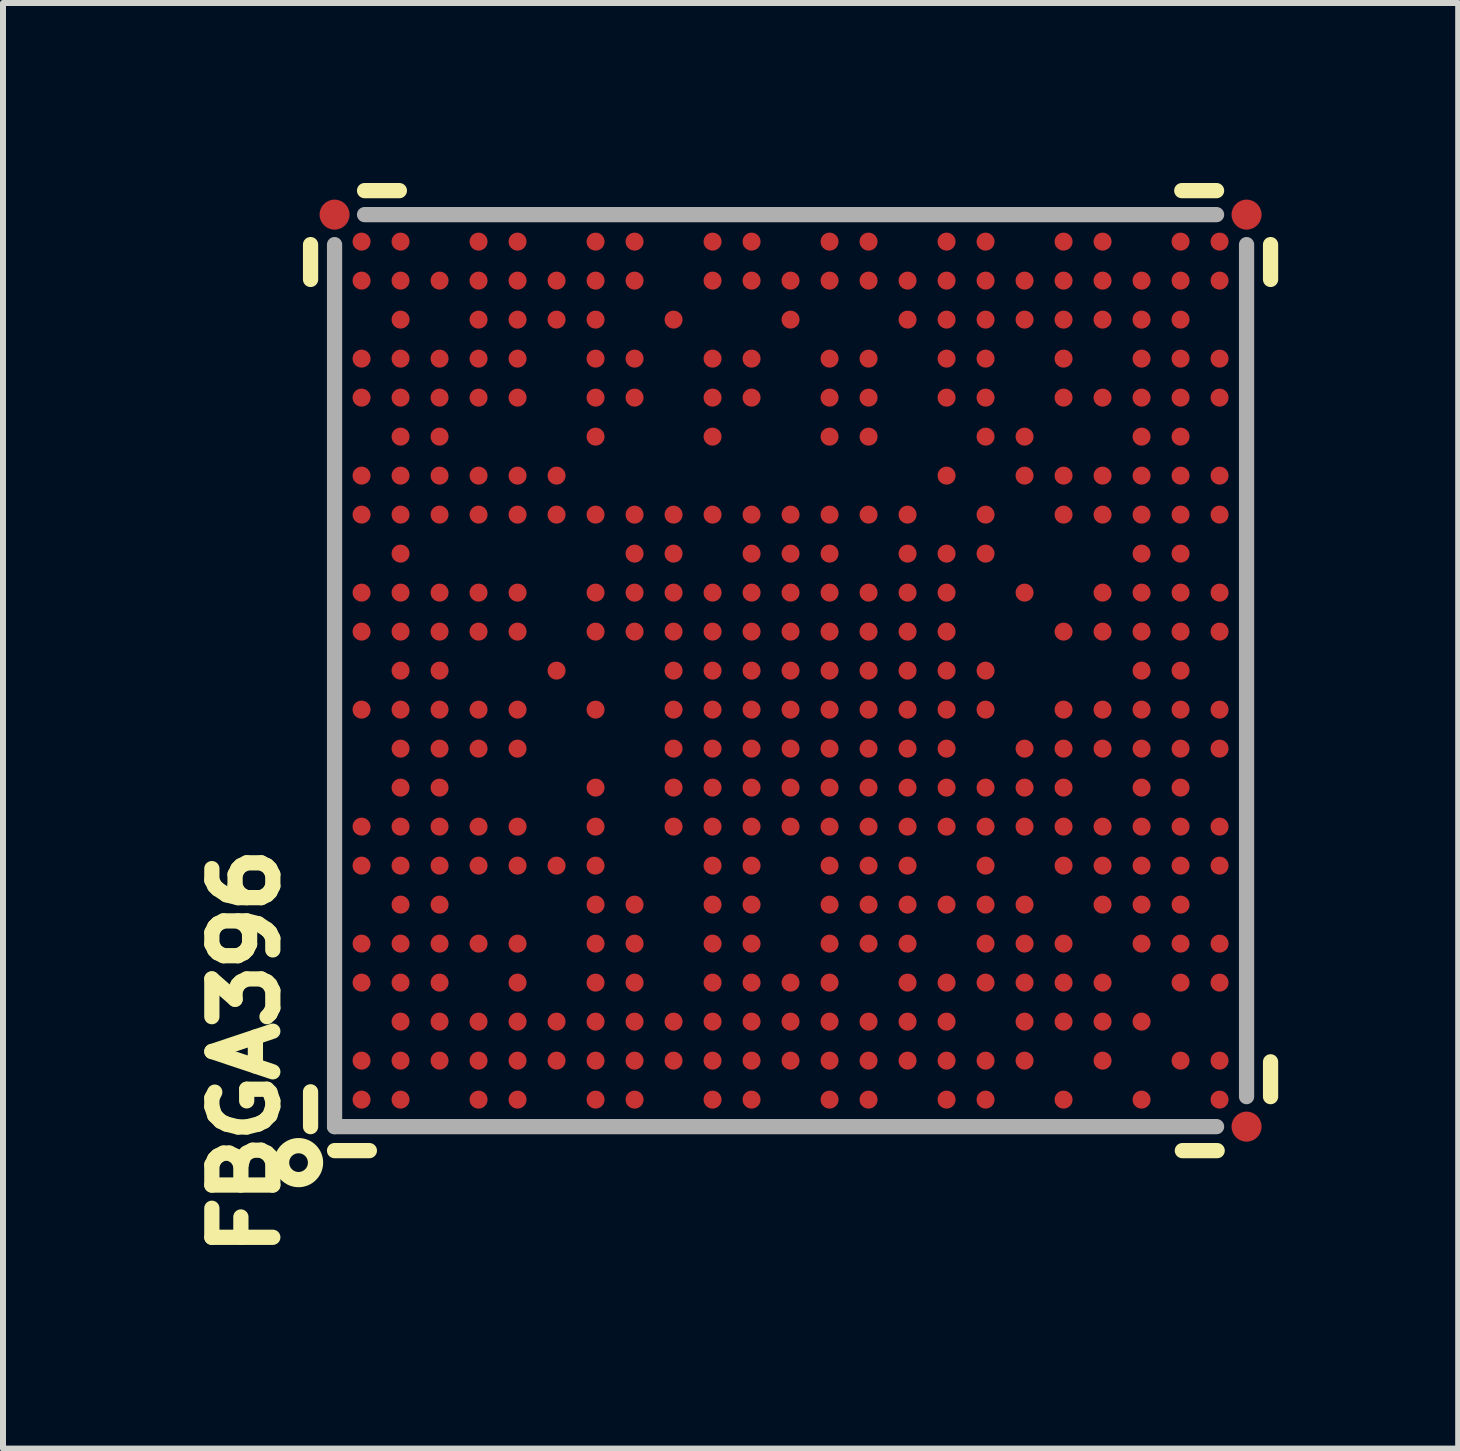
<source format=kicad_pcb>
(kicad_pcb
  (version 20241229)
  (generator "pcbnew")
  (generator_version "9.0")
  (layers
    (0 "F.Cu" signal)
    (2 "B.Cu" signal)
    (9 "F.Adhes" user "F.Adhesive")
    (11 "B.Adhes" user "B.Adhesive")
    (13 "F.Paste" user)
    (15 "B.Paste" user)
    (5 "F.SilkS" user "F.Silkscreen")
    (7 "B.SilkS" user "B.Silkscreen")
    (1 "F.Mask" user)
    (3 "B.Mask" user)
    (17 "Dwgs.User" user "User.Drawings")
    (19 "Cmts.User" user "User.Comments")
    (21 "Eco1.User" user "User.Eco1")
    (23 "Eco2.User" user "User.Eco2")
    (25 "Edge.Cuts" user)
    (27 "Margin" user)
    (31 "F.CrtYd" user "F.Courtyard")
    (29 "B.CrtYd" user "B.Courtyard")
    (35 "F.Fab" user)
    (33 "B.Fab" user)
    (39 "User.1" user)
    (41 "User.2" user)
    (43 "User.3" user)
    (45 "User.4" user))
  (footprint "FBGA396"
    (layer "F.Cu")
    (at 10.126 8.127)
    (property "Reference" "FBGA396" (at -9.086 6.348 90) (layer "F.SilkS") (effects (font (size 1.016 1.016) (thickness 0.254))))
    (attr smd)
    (fp_line (start -8 -7.1) (end -8 -6.52) (stroke (width 0.254) (type solid)) (layer "F.SilkS"))
    (fp_line (start -8 7.02) (end -8 7.6) (stroke (width 0.254) (type solid)) (layer "F.SilkS"))
    (fp_line (start -7.02 8) (end -7.6 8) (stroke (width 0.254) (type solid)) (layer "F.SilkS"))
    (fp_line (start -6.52 -8) (end -7.1 -8) (stroke (width 0.254) (type solid)) (layer "F.SilkS"))
    (fp_line (start 7.1 -8) (end 6.52 -8) (stroke (width 0.254) (type solid)) (layer "F.SilkS"))
    (fp_line (start 7.11 8) (end 6.53 8) (stroke (width 0.254) (type solid)) (layer "F.SilkS"))
    (fp_line (start 8 -7.1) (end 8 -6.52) (stroke (width 0.254) (type solid)) (layer "F.SilkS"))
    (fp_line (start 8 6.52) (end 8 7.1) (stroke (width 0.254) (type solid)) (layer "F.SilkS"))
    (fp_circle (center -8.2 8.2) (end -8 8.4) (stroke (width 0.254) (type solid)) (fill no) (layer "F.SilkS"))
    (fp_line (start -7.6 7.6) (end -7.6 -7.1) (stroke (width 0.254) (type solid)) (layer "F.Fab"))
    (fp_line (start -7.6 7.6) (end 7.1 7.6) (stroke (width 0.254) (type solid)) (layer "F.Fab"))
    (fp_line (start 7.1 -7.6) (end -7.1 -7.6) (stroke (width 0.254) (type solid)) (layer "F.Fab"))
    (fp_line (start 7.6 7.1) (end 7.6 -7.1) (stroke (width 0.254) (type solid)) (layer "F.Fab"))
    (pad "A1" smd circle (at -7.15 7.15) (size 0.3 0.3) (layers "F.Cu" "F.Mask" "F.Paste"))
    (pad "A2" smd circle (at -7.15 6.5) (size 0.3 0.3) (layers "F.Cu" "F.Mask" "F.Paste"))
    (pad "A4" smd circle (at -7.15 5.2) (size 0.3 0.3) (layers "F.Cu" "F.Mask" "F.Paste"))
    (pad "A5" smd circle (at -7.15 4.55) (size 0.3 0.3) (layers "F.Cu" "F.Mask" "F.Paste"))
    (pad "A7" smd circle (at -7.15 3.25) (size 0.3 0.3) (layers "F.Cu" "F.Mask" "F.Paste"))
    (pad "A8" smd circle (at -7.15 2.6) (size 0.3 0.3) (layers "F.Cu" "F.Mask" "F.Paste"))
    (pad "A11" smd circle (at -7.15 0.65) (size 0.3 0.3) (layers "F.Cu" "F.Mask" "F.Paste"))
    (pad "A13" smd circle (at -7.15 -0.65) (size 0.3 0.3) (layers "F.Cu" "F.Mask" "F.Paste"))
    (pad "A14" smd circle (at -7.15 -1.3) (size 0.3 0.3) (layers "F.Cu" "F.Mask" "F.Paste"))
    (pad "A16" smd circle (at -7.15 -2.6) (size 0.3 0.3) (layers "F.Cu" "F.Mask" "F.Paste"))
    (pad "A17" smd circle (at -7.15 -3.25) (size 0.3 0.3) (layers "F.Cu" "F.Mask" "F.Paste"))
    (pad "A19" smd circle (at -7.15 -4.55) (size 0.3 0.3) (layers "F.Cu" "F.Mask" "F.Paste"))
    (pad "A20" smd circle (at -7.15 -5.2) (size 0.3 0.3) (layers "F.Cu" "F.Mask" "F.Paste"))
    (pad "A22" smd circle (at -7.15 -6.5) (size 0.3 0.3) (layers "F.Cu" "F.Mask" "F.Paste"))
    (pad "A23" smd circle (at -7.15 -7.15) (size 0.3 0.3) (layers "F.Cu" "F.Mask" "F.Paste"))
    (pad "AA1" smd circle (at 5.85 7.15) (size 0.3 0.3) (layers "F.Cu" "F.Mask" "F.Paste"))
    (pad "AA3" smd circle (at 5.85 5.85) (size 0.3 0.3) (layers "F.Cu" "F.Mask" "F.Paste"))
    (pad "AA5" smd circle (at 5.85 4.55) (size 0.3 0.3) (layers "F.Cu" "F.Mask" "F.Paste"))
    (pad "AA6" smd circle (at 5.85 3.9) (size 0.3 0.3) (layers "F.Cu" "F.Mask" "F.Paste"))
    (pad "AA7" smd circle (at 5.85 3.25) (size 0.3 0.3) (layers "F.Cu" "F.Mask" "F.Paste"))
    (pad "AA8" smd circle (at 5.85 2.6) (size 0.3 0.3) (layers "F.Cu" "F.Mask" "F.Paste"))
    (pad "AA9" smd circle (at 5.85 1.95) (size 0.3 0.3) (layers "F.Cu" "F.Mask" "F.Paste"))
    (pad "AA10" smd circle (at 5.85 1.3) (size 0.3 0.3) (layers "F.Cu" "F.Mask" "F.Paste"))
    (pad "AA11" smd circle (at 5.85 0.65) (size 0.3 0.3) (layers "F.Cu" "F.Mask" "F.Paste"))
    (pad "AA12" smd circle (at 5.85 0) (size 0.3 0.3) (layers "F.Cu" "F.Mask" "F.Paste"))
    (pad "AA13" smd circle (at 5.85 -0.65) (size 0.3 0.3) (layers "F.Cu" "F.Mask" "F.Paste"))
    (pad "AA14" smd circle (at 5.85 -1.3) (size 0.3 0.3) (layers "F.Cu" "F.Mask" "F.Paste"))
    (pad "AA15" smd circle (at 5.85 -1.95) (size 0.3 0.3) (layers "F.Cu" "F.Mask" "F.Paste"))
    (pad "AA16" smd circle (at 5.85 -2.6) (size 0.3 0.3) (layers "F.Cu" "F.Mask" "F.Paste"))
    (pad "AA17" smd circle (at 5.85 -3.25) (size 0.3 0.3) (layers "F.Cu" "F.Mask" "F.Paste"))
    (pad "AA18" smd circle (at 5.85 -3.9) (size 0.3 0.3) (layers "F.Cu" "F.Mask" "F.Paste"))
    (pad "AA19" smd circle (at 5.85 -4.55) (size 0.3 0.3) (layers "F.Cu" "F.Mask" "F.Paste"))
    (pad "AA20" smd circle (at 5.85 -5.2) (size 0.3 0.3) (layers "F.Cu" "F.Mask" "F.Paste"))
    (pad "AA21" smd circle (at 5.85 -5.85) (size 0.3 0.3) (layers "F.Cu" "F.Mask" "F.Paste"))
    (pad "AA22" smd circle (at 5.85 -6.5) (size 0.3 0.3) (layers "F.Cu" "F.Mask" "F.Paste"))
    (pad "AB2" smd circle (at 6.5 6.5) (size 0.3 0.3) (layers "F.Cu" "F.Mask" "F.Paste"))
    (pad "AB4" smd circle (at 6.5 5.2) (size 0.3 0.3) (layers "F.Cu" "F.Mask" "F.Paste"))
    (pad "AB5" smd circle (at 6.5 4.55) (size 0.3 0.3) (layers "F.Cu" "F.Mask" "F.Paste"))
    (pad "AB6" smd circle (at 6.5 3.9) (size 0.3 0.3) (layers "F.Cu" "F.Mask" "F.Paste"))
    (pad "AB7" smd circle (at 6.5 3.25) (size 0.3 0.3) (layers "F.Cu" "F.Mask" "F.Paste"))
    (pad "AB8" smd circle (at 6.5 2.6) (size 0.3 0.3) (layers "F.Cu" "F.Mask" "F.Paste"))
    (pad "AB9" smd circle (at 6.5 1.95) (size 0.3 0.3) (layers "F.Cu" "F.Mask" "F.Paste"))
    (pad "AB10" smd circle (at 6.5 1.3) (size 0.3 0.3) (layers "F.Cu" "F.Mask" "F.Paste"))
    (pad "AB11" smd circle (at 6.5 0.65) (size 0.3 0.3) (layers "F.Cu" "F.Mask" "F.Paste"))
    (pad "AB12" smd circle (at 6.5 0) (size 0.3 0.3) (layers "F.Cu" "F.Mask" "F.Paste"))
    (pad "AB13" smd circle (at 6.5 -0.65) (size 0.3 0.3) (layers "F.Cu" "F.Mask" "F.Paste"))
    (pad "AB14" smd circle (at 6.5 -1.3) (size 0.3 0.3) (layers "F.Cu" "F.Mask" "F.Paste"))
    (pad "AB15" smd circle (at 6.5 -1.95) (size 0.3 0.3) (layers "F.Cu" "F.Mask" "F.Paste"))
    (pad "AB16" smd circle (at 6.5 -2.6) (size 0.3 0.3) (layers "F.Cu" "F.Mask" "F.Paste"))
    (pad "AB17" smd circle (at 6.5 -3.25) (size 0.3 0.3) (layers "F.Cu" "F.Mask" "F.Paste"))
    (pad "AB18" smd circle (at 6.5 -3.9) (size 0.3 0.3) (layers "F.Cu" "F.Mask" "F.Paste"))
    (pad "AB19" smd circle (at 6.5 -4.55) (size 0.3 0.3) (layers "F.Cu" "F.Mask" "F.Paste"))
    (pad "AB20" smd circle (at 6.5 -5.2) (size 0.3 0.3) (layers "F.Cu" "F.Mask" "F.Paste"))
    (pad "AB21" smd circle (at 6.5 -5.85) (size 0.3 0.3) (layers "F.Cu" "F.Mask" "F.Paste"))
    (pad "AB22" smd circle (at 6.5 -6.5) (size 0.3 0.3) (layers "F.Cu" "F.Mask" "F.Paste"))
    (pad "AB23" smd circle (at 6.5 -7.15) (size 0.3 0.3) (layers "F.Cu" "F.Mask" "F.Paste"))
    (pad "AC1" smd circle (at 7.15 7.15) (size 0.3 0.3) (layers "F.Cu" "F.Mask" "F.Paste"))
    (pad "AC2" smd circle (at 7.15 6.5) (size 0.3 0.3) (layers "F.Cu" "F.Mask" "F.Paste"))
    (pad "AC4" smd circle (at 7.15 5.2) (size 0.3 0.3) (layers "F.Cu" "F.Mask" "F.Paste"))
    (pad "AC5" smd circle (at 7.15 4.55) (size 0.3 0.3) (layers "F.Cu" "F.Mask" "F.Paste"))
    (pad "AC7" smd circle (at 7.15 3.25) (size 0.3 0.3) (layers "F.Cu" "F.Mask" "F.Paste"))
    (pad "AC8" smd circle (at 7.15 2.6) (size 0.3 0.3) (layers "F.Cu" "F.Mask" "F.Paste"))
    (pad "AC10" smd circle (at 7.15 1.3) (size 0.3 0.3) (layers "F.Cu" "F.Mask" "F.Paste"))
    (pad "AC11" smd circle (at 7.15 0.65) (size 0.3 0.3) (layers "F.Cu" "F.Mask" "F.Paste"))
    (pad "AC13" smd circle (at 7.15 -0.65) (size 0.3 0.3) (layers "F.Cu" "F.Mask" "F.Paste"))
    (pad "AC14" smd circle (at 7.15 -1.3) (size 0.3 0.3) (layers "F.Cu" "F.Mask" "F.Paste"))
    (pad "AC16" smd circle (at 7.15 -2.6) (size 0.3 0.3) (layers "F.Cu" "F.Mask" "F.Paste"))
    (pad "AC17" smd circle (at 7.15 -3.25) (size 0.3 0.3) (layers "F.Cu" "F.Mask" "F.Paste"))
    (pad "AC19" smd circle (at 7.15 -4.55) (size 0.3 0.3) (layers "F.Cu" "F.Mask" "F.Paste"))
    (pad "AC20" smd circle (at 7.15 -5.2) (size 0.3 0.3) (layers "F.Cu" "F.Mask" "F.Paste"))
    (pad "AC22" smd circle (at 7.15 -6.5) (size 0.3 0.3) (layers "F.Cu" "F.Mask" "F.Paste"))
    (pad "AC23" smd circle (at 7.15 -7.15) (size 0.3 0.3) (layers "F.Cu" "F.Mask" "F.Paste"))
    (pad "B1" smd circle (at -6.5 7.15) (size 0.3 0.3) (layers "F.Cu" "F.Mask" "F.Paste"))
    (pad "B2" smd circle (at -6.5 6.5) (size 0.3 0.3) (layers "F.Cu" "F.Mask" "F.Paste"))
    (pad "B3" smd circle (at -6.5 5.85) (size 0.3 0.3) (layers "F.Cu" "F.Mask" "F.Paste"))
    (pad "B4" smd circle (at -6.5 5.2) (size 0.3 0.3) (layers "F.Cu" "F.Mask" "F.Paste"))
    (pad "B5" smd circle (at -6.5 4.55) (size 0.3 0.3) (layers "F.Cu" "F.Mask" "F.Paste"))
    (pad "B6" smd circle (at -6.5 3.9) (size 0.3 0.3) (layers "F.Cu" "F.Mask" "F.Paste"))
    (pad "B7" smd circle (at -6.5 3.25) (size 0.3 0.3) (layers "F.Cu" "F.Mask" "F.Paste"))
    (pad "B8" smd circle (at -6.5 2.6) (size 0.3 0.3) (layers "F.Cu" "F.Mask" "F.Paste"))
    (pad "B9" smd circle (at -6.5 1.95) (size 0.3 0.3) (layers "F.Cu" "F.Mask" "F.Paste"))
    (pad "B10" smd circle (at -6.5 1.3) (size 0.3 0.3) (layers "F.Cu" "F.Mask" "F.Paste"))
    (pad "B11" smd circle (at -6.5 0.65) (size 0.3 0.3) (layers "F.Cu" "F.Mask" "F.Paste"))
    (pad "B12" smd circle (at -6.5 0) (size 0.3 0.3) (layers "F.Cu" "F.Mask" "F.Paste"))
    (pad "B13" smd circle (at -6.5 -0.65) (size 0.3 0.3) (layers "F.Cu" "F.Mask" "F.Paste"))
    (pad "B14" smd circle (at -6.5 -1.3) (size 0.3 0.3) (layers "F.Cu" "F.Mask" "F.Paste"))
    (pad "B15" smd circle (at -6.5 -1.95) (size 0.3 0.3) (layers "F.Cu" "F.Mask" "F.Paste"))
    (pad "B16" smd circle (at -6.5 -2.6) (size 0.3 0.3) (layers "F.Cu" "F.Mask" "F.Paste"))
    (pad "B17" smd circle (at -6.5 -3.25) (size 0.3 0.3) (layers "F.Cu" "F.Mask" "F.Paste"))
    (pad "B18" smd circle (at -6.5 -3.9) (size 0.3 0.3) (layers "F.Cu" "F.Mask" "F.Paste"))
    (pad "B19" smd circle (at -6.5 -4.55) (size 0.3 0.3) (layers "F.Cu" "F.Mask" "F.Paste"))
    (pad "B20" smd circle (at -6.5 -5.2) (size 0.3 0.3) (layers "F.Cu" "F.Mask" "F.Paste"))
    (pad "B21" smd circle (at -6.5 -5.85) (size 0.3 0.3) (layers "F.Cu" "F.Mask" "F.Paste"))
    (pad "B22" smd circle (at -6.5 -6.5) (size 0.3 0.3) (layers "F.Cu" "F.Mask" "F.Paste"))
    (pad "B23" smd circle (at -6.5 -7.15) (size 0.3 0.3) (layers "F.Cu" "F.Mask" "F.Paste"))
    (pad "C2" smd circle (at -5.85 6.5) (size 0.3 0.3) (layers "F.Cu" "F.Mask" "F.Paste"))
    (pad "C3" smd circle (at -5.85 5.85) (size 0.3 0.3) (layers "F.Cu" "F.Mask" "F.Paste"))
    (pad "C4" smd circle (at -5.85 5.2) (size 0.3 0.3) (layers "F.Cu" "F.Mask" "F.Paste"))
    (pad "C5" smd circle (at -5.85 4.55) (size 0.3 0.3) (layers "F.Cu" "F.Mask" "F.Paste"))
    (pad "C6" smd circle (at -5.85 3.9) (size 0.3 0.3) (layers "F.Cu" "F.Mask" "F.Paste"))
    (pad "C7" smd circle (at -5.85 3.25) (size 0.3 0.3) (layers "F.Cu" "F.Mask" "F.Paste"))
    (pad "C8" smd circle (at -5.85 2.6) (size 0.3 0.3) (layers "F.Cu" "F.Mask" "F.Paste"))
    (pad "C9" smd circle (at -5.85 1.95) (size 0.3 0.3) (layers "F.Cu" "F.Mask" "F.Paste"))
    (pad "C10" smd circle (at -5.85 1.3) (size 0.3 0.3) (layers "F.Cu" "F.Mask" "F.Paste"))
    (pad "C11" smd circle (at -5.85 0.65) (size 0.3 0.3) (layers "F.Cu" "F.Mask" "F.Paste"))
    (pad "C12" smd circle (at -5.85 0) (size 0.3 0.3) (layers "F.Cu" "F.Mask" "F.Paste"))
    (pad "C13" smd circle (at -5.85 -0.65) (size 0.3 0.3) (layers "F.Cu" "F.Mask" "F.Paste"))
    (pad "C14" smd circle (at -5.85 -1.3) (size 0.3 0.3) (layers "F.Cu" "F.Mask" "F.Paste"))
    (pad "C16" smd circle (at -5.85 -2.6) (size 0.3 0.3) (layers "F.Cu" "F.Mask" "F.Paste"))
    (pad "C17" smd circle (at -5.85 -3.25) (size 0.3 0.3) (layers "F.Cu" "F.Mask" "F.Paste"))
    (pad "C18" smd circle (at -5.85 -3.9) (size 0.3 0.3) (layers "F.Cu" "F.Mask" "F.Paste"))
    (pad "C19" smd circle (at -5.85 -4.55) (size 0.3 0.3) (layers "F.Cu" "F.Mask" "F.Paste"))
    (pad "C20" smd circle (at -5.85 -5.2) (size 0.3 0.3) (layers "F.Cu" "F.Mask" "F.Paste"))
    (pad "C22" smd circle (at -5.85 -6.5) (size 0.3 0.3) (layers "F.Cu" "F.Mask" "F.Paste"))
    (pad "D1" smd circle (at -5.2 7.15) (size 0.3 0.3) (layers "F.Cu" "F.Mask" "F.Paste"))
    (pad "D2" smd circle (at -5.2 6.5) (size 0.3 0.3) (layers "F.Cu" "F.Mask" "F.Paste"))
    (pad "D3" smd circle (at -5.2 5.85) (size 0.3 0.3) (layers "F.Cu" "F.Mask" "F.Paste"))
    (pad "D5" smd circle (at -5.2 4.55) (size 0.3 0.3) (layers "F.Cu" "F.Mask" "F.Paste"))
    (pad "D7" smd circle (at -5.2 3.25) (size 0.3 0.3) (layers "F.Cu" "F.Mask" "F.Paste"))
    (pad "D8" smd circle (at -5.2 2.6) (size 0.3 0.3) (layers "F.Cu" "F.Mask" "F.Paste"))
    (pad "D10" smd circle (at -5.2 1.3) (size 0.3 0.3) (layers "F.Cu" "F.Mask" "F.Paste"))
    (pad "D11" smd circle (at -5.2 0.65) (size 0.3 0.3) (layers "F.Cu" "F.Mask" "F.Paste"))
    (pad "D13" smd circle (at -5.2 -0.65) (size 0.3 0.3) (layers "F.Cu" "F.Mask" "F.Paste"))
    (pad "D14" smd circle (at -5.2 -1.3) (size 0.3 0.3) (layers "F.Cu" "F.Mask" "F.Paste"))
    (pad "D16" smd circle (at -5.2 -2.6) (size 0.3 0.3) (layers "F.Cu" "F.Mask" "F.Paste"))
    (pad "D17" smd circle (at -5.2 -3.25) (size 0.3 0.3) (layers "F.Cu" "F.Mask" "F.Paste"))
    (pad "D19" smd circle (at -5.2 -4.55) (size 0.3 0.3) (layers "F.Cu" "F.Mask" "F.Paste"))
    (pad "D20" smd circle (at -5.2 -5.2) (size 0.3 0.3) (layers "F.Cu" "F.Mask" "F.Paste"))
    (pad "D21" smd circle (at -5.2 -5.85) (size 0.3 0.3) (layers "F.Cu" "F.Mask" "F.Paste"))
    (pad "D22" smd circle (at -5.2 -6.5) (size 0.3 0.3) (layers "F.Cu" "F.Mask" "F.Paste"))
    (pad "D23" smd circle (at -5.2 -7.15) (size 0.3 0.3) (layers "F.Cu" "F.Mask" "F.Paste"))
    (pad "E1" smd circle (at -4.55 7.15) (size 0.3 0.3) (layers "F.Cu" "F.Mask" "F.Paste"))
    (pad "E2" smd circle (at -4.55 6.5) (size 0.3 0.3) (layers "F.Cu" "F.Mask" "F.Paste"))
    (pad "E3" smd circle (at -4.55 5.85) (size 0.3 0.3) (layers "F.Cu" "F.Mask" "F.Paste"))
    (pad "E4" smd circle (at -4.55 5.2) (size 0.3 0.3) (layers "F.Cu" "F.Mask" "F.Paste"))
    (pad "E5" smd circle (at -4.55 4.55) (size 0.3 0.3) (layers "F.Cu" "F.Mask" "F.Paste"))
    (pad "E7" smd circle (at -4.55 3.25) (size 0.3 0.3) (layers "F.Cu" "F.Mask" "F.Paste"))
    (pad "E8" smd circle (at -4.55 2.6) (size 0.3 0.3) (layers "F.Cu" "F.Mask" "F.Paste"))
    (pad "E10" smd circle (at -4.55 1.3) (size 0.3 0.3) (layers "F.Cu" "F.Mask" "F.Paste"))
    (pad "E11" smd circle (at -4.55 0.65) (size 0.3 0.3) (layers "F.Cu" "F.Mask" "F.Paste"))
    (pad "E13" smd circle (at -4.55 -0.65) (size 0.3 0.3) (layers "F.Cu" "F.Mask" "F.Paste"))
    (pad "E14" smd circle (at -4.55 -1.3) (size 0.3 0.3) (layers "F.Cu" "F.Mask" "F.Paste"))
    (pad "E16" smd circle (at -4.55 -2.6) (size 0.3 0.3) (layers "F.Cu" "F.Mask" "F.Paste"))
    (pad "E17" smd circle (at -4.55 -3.25) (size 0.3 0.3) (layers "F.Cu" "F.Mask" "F.Paste"))
    (pad "E19" smd circle (at -4.55 -4.55) (size 0.3 0.3) (layers "F.Cu" "F.Mask" "F.Paste"))
    (pad "E20" smd circle (at -4.55 -5.2) (size 0.3 0.3) (layers "F.Cu" "F.Mask" "F.Paste"))
    (pad "E21" smd circle (at -4.55 -5.85) (size 0.3 0.3) (layers "F.Cu" "F.Mask" "F.Paste"))
    (pad "E22" smd circle (at -4.55 -6.5) (size 0.3 0.3) (layers "F.Cu" "F.Mask" "F.Paste"))
    (pad "E23" smd circle (at -4.55 -7.15) (size 0.3 0.3) (layers "F.Cu" "F.Mask" "F.Paste"))
    (pad "F2" smd circle (at -3.9 6.5) (size 0.3 0.3) (layers "F.Cu" "F.Mask" "F.Paste"))
    (pad "F3" smd circle (at -3.9 5.85) (size 0.3 0.3) (layers "F.Cu" "F.Mask" "F.Paste"))
    (pad "F7" smd circle (at -3.9 3.25) (size 0.3 0.3) (layers "F.Cu" "F.Mask" "F.Paste"))
    (pad "F12" smd circle (at -3.9 0) (size 0.3 0.3) (layers "F.Cu" "F.Mask" "F.Paste"))
    (pad "F16" smd circle (at -3.9 -2.6) (size 0.3 0.3) (layers "F.Cu" "F.Mask" "F.Paste"))
    (pad "F17" smd circle (at -3.9 -3.25) (size 0.3 0.3) (layers "F.Cu" "F.Mask" "F.Paste"))
    (pad "F21" smd circle (at -3.9 -5.85) (size 0.3 0.3) (layers "F.Cu" "F.Mask" "F.Paste"))
    (pad "F22" smd circle (at -3.9 -6.5) (size 0.3 0.3) (layers "F.Cu" "F.Mask" "F.Paste"))
    (pad "G1" smd circle (at -3.25 7.15) (size 0.3 0.3) (layers "F.Cu" "F.Mask" "F.Paste"))
    (pad "G2" smd circle (at -3.25 6.5) (size 0.3 0.3) (layers "F.Cu" "F.Mask" "F.Paste"))
    (pad "G3" smd circle (at -3.25 5.85) (size 0.3 0.3) (layers "F.Cu" "F.Mask" "F.Paste"))
    (pad "G4" smd circle (at -3.25 5.2) (size 0.3 0.3) (layers "F.Cu" "F.Mask" "F.Paste"))
    (pad "G5" smd circle (at -3.25 4.55) (size 0.3 0.3) (layers "F.Cu" "F.Mask" "F.Paste"))
    (pad "G6" smd circle (at -3.25 3.9) (size 0.3 0.3) (layers "F.Cu" "F.Mask" "F.Paste"))
    (pad "G7" smd circle (at -3.25 3.25) (size 0.3 0.3) (layers "F.Cu" "F.Mask" "F.Paste"))
    (pad "G8" smd circle (at -3.25 2.6) (size 0.3 0.3) (layers "F.Cu" "F.Mask" "F.Paste"))
    (pad "G9" smd circle (at -3.25 1.95) (size 0.3 0.3) (layers "F.Cu" "F.Mask" "F.Paste"))
    (pad "G11" smd circle (at -3.25 0.65) (size 0.3 0.3) (layers "F.Cu" "F.Mask" "F.Paste"))
    (pad "G13" smd circle (at -3.25 -0.65) (size 0.3 0.3) (layers "F.Cu" "F.Mask" "F.Paste"))
    (pad "G14" smd circle (at -3.25 -1.3) (size 0.3 0.3) (layers "F.Cu" "F.Mask" "F.Paste"))
    (pad "G16" smd circle (at -3.25 -2.6) (size 0.3 0.3) (layers "F.Cu" "F.Mask" "F.Paste"))
    (pad "G18" smd circle (at -3.25 -3.9) (size 0.3 0.3) (layers "F.Cu" "F.Mask" "F.Paste"))
    (pad "G19" smd circle (at -3.25 -4.55) (size 0.3 0.3) (layers "F.Cu" "F.Mask" "F.Paste"))
    (pad "G20" smd circle (at -3.25 -5.2) (size 0.3 0.3) (layers "F.Cu" "F.Mask" "F.Paste"))
    (pad "G21" smd circle (at -3.25 -5.85) (size 0.3 0.3) (layers "F.Cu" "F.Mask" "F.Paste"))
    (pad "G22" smd circle (at -3.25 -6.5) (size 0.3 0.3) (layers "F.Cu" "F.Mask" "F.Paste"))
    (pad "G23" smd circle (at -3.25 -7.15) (size 0.3 0.3) (layers "F.Cu" "F.Mask" "F.Paste"))
    (pad "H1" smd circle (at -2.6 7.15) (size 0.3 0.3) (layers "F.Cu" "F.Mask" "F.Paste"))
    (pad "H2" smd circle (at -2.6 6.5) (size 0.3 0.3) (layers "F.Cu" "F.Mask" "F.Paste"))
    (pad "H3" smd circle (at -2.6 5.85) (size 0.3 0.3) (layers "F.Cu" "F.Mask" "F.Paste"))
    (pad "H4" smd circle (at -2.6 5.2) (size 0.3 0.3) (layers "F.Cu" "F.Mask" "F.Paste"))
    (pad "H5" smd circle (at -2.6 4.55) (size 0.3 0.3) (layers "F.Cu" "F.Mask" "F.Paste"))
    (pad "H6" smd circle (at -2.6 3.9) (size 0.3 0.3) (layers "F.Cu" "F.Mask" "F.Paste"))
    (pad "H13" smd circle (at -2.6 -0.65) (size 0.3 0.3) (layers "F.Cu" "F.Mask" "F.Paste"))
    (pad "H14" smd circle (at -2.6 -1.3) (size 0.3 0.3) (layers "F.Cu" "F.Mask" "F.Paste"))
    (pad "H15" smd circle (at -2.6 -1.95) (size 0.3 0.3) (layers "F.Cu" "F.Mask" "F.Paste"))
    (pad "H16" smd circle (at -2.6 -2.6) (size 0.3 0.3) (layers "F.Cu" "F.Mask" "F.Paste"))
    (pad "H19" smd circle (at -2.6 -4.55) (size 0.3 0.3) (layers "F.Cu" "F.Mask" "F.Paste"))
    (pad "H20" smd circle (at -2.6 -5.2) (size 0.3 0.3) (layers "F.Cu" "F.Mask" "F.Paste"))
    (pad "H22" smd circle (at -2.6 -6.5) (size 0.3 0.3) (layers "F.Cu" "F.Mask" "F.Paste"))
    (pad "H23" smd circle (at -2.6 -7.15) (size 0.3 0.3) (layers "F.Cu" "F.Mask" "F.Paste"))
    (pad "J2" smd circle (at -1.95 6.5) (size 0.3 0.3) (layers "F.Cu" "F.Mask" "F.Paste"))
    (pad "J3" smd circle (at -1.95 5.85) (size 0.3 0.3) (layers "F.Cu" "F.Mask" "F.Paste"))
    (pad "J8" smd circle (at -1.95 2.6) (size 0.3 0.3) (layers "F.Cu" "F.Mask" "F.Paste"))
    (pad "J9" smd circle (at -1.95 1.95) (size 0.3 0.3) (layers "F.Cu" "F.Mask" "F.Paste"))
    (pad "J10" smd circle (at -1.95 1.3) (size 0.3 0.3) (layers "F.Cu" "F.Mask" "F.Paste"))
    (pad "J11" smd circle (at -1.95 0.65) (size 0.3 0.3) (layers "F.Cu" "F.Mask" "F.Paste"))
    (pad "J12" smd circle (at -1.95 0) (size 0.3 0.3) (layers "F.Cu" "F.Mask" "F.Paste"))
    (pad "J13" smd circle (at -1.95 -0.65) (size 0.3 0.3) (layers "F.Cu" "F.Mask" "F.Paste"))
    (pad "J14" smd circle (at -1.95 -1.3) (size 0.3 0.3) (layers "F.Cu" "F.Mask" "F.Paste"))
    (pad "J15" smd circle (at -1.95 -1.95) (size 0.3 0.3) (layers "F.Cu" "F.Mask" "F.Paste"))
    (pad "J16" smd circle (at -1.95 -2.6) (size 0.3 0.3) (layers "F.Cu" "F.Mask" "F.Paste"))
    (pad "J21" smd circle (at -1.95 -5.85) (size 0.3 0.3) (layers "F.Cu" "F.Mask" "F.Paste"))
    (pad "K1" smd circle (at -1.3 7.15) (size 0.3 0.3) (layers "F.Cu" "F.Mask" "F.Paste"))
    (pad "K2" smd circle (at -1.3 6.5) (size 0.3 0.3) (layers "F.Cu" "F.Mask" "F.Paste"))
    (pad "K3" smd circle (at -1.3 5.85) (size 0.3 0.3) (layers "F.Cu" "F.Mask" "F.Paste"))
    (pad "K4" smd circle (at -1.3 5.2) (size 0.3 0.3) (layers "F.Cu" "F.Mask" "F.Paste"))
    (pad "K5" smd circle (at -1.3 4.55) (size 0.3 0.3) (layers "F.Cu" "F.Mask" "F.Paste"))
    (pad "K6" smd circle (at -1.3 3.9) (size 0.3 0.3) (layers "F.Cu" "F.Mask" "F.Paste"))
    (pad "K7" smd circle (at -1.3 3.25) (size 0.3 0.3) (layers "F.Cu" "F.Mask" "F.Paste"))
    (pad "K8" smd circle (at -1.3 2.6) (size 0.3 0.3) (layers "F.Cu" "F.Mask" "F.Paste"))
    (pad "K9" smd circle (at -1.3 1.95) (size 0.3 0.3) (layers "F.Cu" "F.Mask" "F.Paste"))
    (pad "K10" smd circle (at -1.3 1.3) (size 0.3 0.3) (layers "F.Cu" "F.Mask" "F.Paste"))
    (pad "K11" smd circle (at -1.3 0.65) (size 0.3 0.3) (layers "F.Cu" "F.Mask" "F.Paste"))
    (pad "K12" smd circle (at -1.3 0) (size 0.3 0.3) (layers "F.Cu" "F.Mask" "F.Paste"))
    (pad "K13" smd circle (at -1.3 -0.65) (size 0.3 0.3) (layers "F.Cu" "F.Mask" "F.Paste"))
    (pad "K14" smd circle (at -1.3 -1.3) (size 0.3 0.3) (layers "F.Cu" "F.Mask" "F.Paste"))
    (pad "K16" smd circle (at -1.3 -2.6) (size 0.3 0.3) (layers "F.Cu" "F.Mask" "F.Paste"))
    (pad "K18" smd circle (at -1.3 -3.9) (size 0.3 0.3) (layers "F.Cu" "F.Mask" "F.Paste"))
    (pad "K19" smd circle (at -1.3 -4.55) (size 0.3 0.3) (layers "F.Cu" "F.Mask" "F.Paste"))
    (pad "K20" smd circle (at -1.3 -5.2) (size 0.3 0.3) (layers "F.Cu" "F.Mask" "F.Paste"))
    (pad "K22" smd circle (at -1.3 -6.5) (size 0.3 0.3) (layers "F.Cu" "F.Mask" "F.Paste"))
    (pad "K23" smd circle (at -1.3 -7.15) (size 0.3 0.3) (layers "F.Cu" "F.Mask" "F.Paste"))
    (pad "L1" smd circle (at -0.65 7.15) (size 0.3 0.3) (layers "F.Cu" "F.Mask" "F.Paste"))
    (pad "L2" smd circle (at -0.65 6.5) (size 0.3 0.3) (layers "F.Cu" "F.Mask" "F.Paste"))
    (pad "L3" smd circle (at -0.65 5.85) (size 0.3 0.3) (layers "F.Cu" "F.Mask" "F.Paste"))
    (pad "L4" smd circle (at -0.65 5.2) (size 0.3 0.3) (layers "F.Cu" "F.Mask" "F.Paste"))
    (pad "L5" smd circle (at -0.65 4.55) (size 0.3 0.3) (layers "F.Cu" "F.Mask" "F.Paste"))
    (pad "L6" smd circle (at -0.65 3.9) (size 0.3 0.3) (layers "F.Cu" "F.Mask" "F.Paste"))
    (pad "L7" smd circle (at -0.65 3.25) (size 0.3 0.3) (layers "F.Cu" "F.Mask" "F.Paste"))
    (pad "L8" smd circle (at -0.65 2.6) (size 0.3 0.3) (layers "F.Cu" "F.Mask" "F.Paste"))
    (pad "L9" smd circle (at -0.65 1.95) (size 0.3 0.3) (layers "F.Cu" "F.Mask" "F.Paste"))
    (pad "L10" smd circle (at -0.65 1.3) (size 0.3 0.3) (layers "F.Cu" "F.Mask" "F.Paste"))
    (pad "L11" smd circle (at -0.65 0.65) (size 0.3 0.3) (layers "F.Cu" "F.Mask" "F.Paste"))
    (pad "L12" smd circle (at -0.65 0) (size 0.3 0.3) (layers "F.Cu" "F.Mask" "F.Paste"))
    (pad "L13" smd circle (at -0.65 -0.65) (size 0.3 0.3) (layers "F.Cu" "F.Mask" "F.Paste"))
    (pad "L14" smd circle (at -0.65 -1.3) (size 0.3 0.3) (layers "F.Cu" "F.Mask" "F.Paste"))
    (pad "L15" smd circle (at -0.65 -1.95) (size 0.3 0.3) (layers "F.Cu" "F.Mask" "F.Paste"))
    (pad "L16" smd circle (at -0.65 -2.6) (size 0.3 0.3) (layers "F.Cu" "F.Mask" "F.Paste"))
    (pad "L19" smd circle (at -0.65 -4.55) (size 0.3 0.3) (layers "F.Cu" "F.Mask" "F.Paste"))
    (pad "L20" smd circle (at -0.65 -5.2) (size 0.3 0.3) (layers "F.Cu" "F.Mask" "F.Paste"))
    (pad "L22" smd circle (at -0.65 -6.5) (size 0.3 0.3) (layers "F.Cu" "F.Mask" "F.Paste"))
    (pad "L23" smd circle (at -0.65 -7.15) (size 0.3 0.3) (layers "F.Cu" "F.Mask" "F.Paste"))
    (pad "M2" smd circle (at 0 6.5) (size 0.3 0.3) (layers "F.Cu" "F.Mask" "F.Paste"))
    (pad "M3" smd circle (at 0 5.85) (size 0.3 0.3) (layers "F.Cu" "F.Mask" "F.Paste"))
    (pad "M4" smd circle (at 0 5.2) (size 0.3 0.3) (layers "F.Cu" "F.Mask" "F.Paste"))
    (pad "M8" smd circle (at 0 2.6) (size 0.3 0.3) (layers "F.Cu" "F.Mask" "F.Paste"))
    (pad "M9" smd circle (at 0 1.95) (size 0.3 0.3) (layers "F.Cu" "F.Mask" "F.Paste"))
    (pad "M10" smd circle (at 0 1.3) (size 0.3 0.3) (layers "F.Cu" "F.Mask" "F.Paste"))
    (pad "M11" smd circle (at 0 0.65) (size 0.3 0.3) (layers "F.Cu" "F.Mask" "F.Paste"))
    (pad "M12" smd circle (at 0 0) (size 0.3 0.3) (layers "F.Cu" "F.Mask" "F.Paste"))
    (pad "M13" smd circle (at 0 -0.65) (size 0.3 0.3) (layers "F.Cu" "F.Mask" "F.Paste"))
    (pad "M14" smd circle (at 0 -1.3) (size 0.3 0.3) (layers "F.Cu" "F.Mask" "F.Paste"))
    (pad "M15" smd circle (at 0 -1.95) (size 0.3 0.3) (layers "F.Cu" "F.Mask" "F.Paste"))
    (pad "M16" smd circle (at 0 -2.6) (size 0.3 0.3) (layers "F.Cu" "F.Mask" "F.Paste"))
    (pad "M21" smd circle (at 0 -5.85) (size 0.3 0.3) (layers "F.Cu" "F.Mask" "F.Paste"))
    (pad "M22" smd circle (at 0 -6.5) (size 0.3 0.3) (layers "F.Cu" "F.Mask" "F.Paste"))
    (pad "N1" smd circle (at 0.65 7.15) (size 0.3 0.3) (layers "F.Cu" "F.Mask" "F.Paste"))
    (pad "N2" smd circle (at 0.65 6.5) (size 0.3 0.3) (layers "F.Cu" "F.Mask" "F.Paste"))
    (pad "N3" smd circle (at 0.65 5.85) (size 0.3 0.3) (layers "F.Cu" "F.Mask" "F.Paste"))
    (pad "N4" smd circle (at 0.65 5.2) (size 0.3 0.3) (layers "F.Cu" "F.Mask" "F.Paste"))
    (pad "N5" smd circle (at 0.65 4.55) (size 0.3 0.3) (layers "F.Cu" "F.Mask" "F.Paste"))
    (pad "N6" smd circle (at 0.65 3.9) (size 0.3 0.3) (layers "F.Cu" "F.Mask" "F.Paste"))
    (pad "N7" smd circle (at 0.65 3.25) (size 0.3 0.3) (layers "F.Cu" "F.Mask" "F.Paste"))
    (pad "N8" smd circle (at 0.65 2.6) (size 0.3 0.3) (layers "F.Cu" "F.Mask" "F.Paste"))
    (pad "N9" smd circle (at 0.65 1.95) (size 0.3 0.3) (layers "F.Cu" "F.Mask" "F.Paste"))
    (pad "N10" smd circle (at 0.65 1.3) (size 0.3 0.3) (layers "F.Cu" "F.Mask" "F.Paste"))
    (pad "N11" smd circle (at 0.65 0.65) (size 0.3 0.3) (layers "F.Cu" "F.Mask" "F.Paste"))
    (pad "N12" smd circle (at 0.65 0) (size 0.3 0.3) (layers "F.Cu" "F.Mask" "F.Paste"))
    (pad "N13" smd circle (at 0.65 -0.65) (size 0.3 0.3) (layers "F.Cu" "F.Mask" "F.Paste"))
    (pad "N14" smd circle (at 0.65 -1.3) (size 0.3 0.3) (layers "F.Cu" "F.Mask" "F.Paste"))
    (pad "N15" smd circle (at 0.65 -1.95) (size 0.3 0.3) (layers "F.Cu" "F.Mask" "F.Paste"))
    (pad "N16" smd circle (at 0.65 -2.6) (size 0.3 0.3) (layers "F.Cu" "F.Mask" "F.Paste"))
    (pad "N18" smd circle (at 0.65 -3.9) (size 0.3 0.3) (layers "F.Cu" "F.Mask" "F.Paste"))
    (pad "N19" smd circle (at 0.65 -4.55) (size 0.3 0.3) (layers "F.Cu" "F.Mask" "F.Paste"))
    (pad "N20" smd circle (at 0.65 -5.2) (size 0.3 0.3) (layers "F.Cu" "F.Mask" "F.Paste"))
    (pad "N22" smd circle (at 0.65 -6.5) (size 0.3 0.3) (layers "F.Cu" "F.Mask" "F.Paste"))
    (pad "N23" smd circle (at 0.65 -7.15) (size 0.3 0.3) (layers "F.Cu" "F.Mask" "F.Paste"))
    (pad "P1" smd circle (at 1.3 7.15) (size 0.3 0.3) (layers "F.Cu" "F.Mask" "F.Paste"))
    (pad "P2" smd circle (at 1.3 6.5) (size 0.3 0.3) (layers "F.Cu" "F.Mask" "F.Paste"))
    (pad "P3" smd circle (at 1.3 5.85) (size 0.3 0.3) (layers "F.Cu" "F.Mask" "F.Paste"))
    (pad "P5" smd circle (at 1.3 4.55) (size 0.3 0.3) (layers "F.Cu" "F.Mask" "F.Paste"))
    (pad "P6" smd circle (at 1.3 3.9) (size 0.3 0.3) (layers "F.Cu" "F.Mask" "F.Paste"))
    (pad "P7" smd circle (at 1.3 3.25) (size 0.3 0.3) (layers "F.Cu" "F.Mask" "F.Paste"))
    (pad "P8" smd circle (at 1.3 2.6) (size 0.3 0.3) (layers "F.Cu" "F.Mask" "F.Paste"))
    (pad "P9" smd circle (at 1.3 1.95) (size 0.3 0.3) (layers "F.Cu" "F.Mask" "F.Paste"))
    (pad "P10" smd circle (at 1.3 1.3) (size 0.3 0.3) (layers "F.Cu" "F.Mask" "F.Paste"))
    (pad "P11" smd circle (at 1.3 0.65) (size 0.3 0.3) (layers "F.Cu" "F.Mask" "F.Paste"))
    (pad "P12" smd circle (at 1.3 0) (size 0.3 0.3) (layers "F.Cu" "F.Mask" "F.Paste"))
    (pad "P13" smd circle (at 1.3 -0.65) (size 0.3 0.3) (layers "F.Cu" "F.Mask" "F.Paste"))
    (pad "P14" smd circle (at 1.3 -1.3) (size 0.3 0.3) (layers "F.Cu" "F.Mask" "F.Paste"))
    (pad "P16" smd circle (at 1.3 -2.6) (size 0.3 0.3) (layers "F.Cu" "F.Mask" "F.Paste"))
    (pad "P18" smd circle (at 1.3 -3.9) (size 0.3 0.3) (layers "F.Cu" "F.Mask" "F.Paste"))
    (pad "P19" smd circle (at 1.3 -4.55) (size 0.3 0.3) (layers "F.Cu" "F.Mask" "F.Paste"))
    (pad "P20" smd circle (at 1.3 -5.2) (size 0.3 0.3) (layers "F.Cu" "F.Mask" "F.Paste"))
    (pad "P22" smd circle (at 1.3 -6.5) (size 0.3 0.3) (layers "F.Cu" "F.Mask" "F.Paste"))
    (pad "P23" smd circle (at 1.3 -7.15) (size 0.3 0.3) (layers "F.Cu" "F.Mask" "F.Paste"))
    (pad "R2" smd circle (at 1.95 6.5) (size 0.3 0.3) (layers "F.Cu" "F.Mask" "F.Paste"))
    (pad "R3" smd circle (at 1.95 5.85) (size 0.3 0.3) (layers "F.Cu" "F.Mask" "F.Paste"))
    (pad "R4" smd circle (at 1.95 5.2) (size 0.3 0.3) (layers "F.Cu" "F.Mask" "F.Paste"))
    (pad "R5" smd circle (at 1.95 4.55) (size 0.3 0.3) (layers "F.Cu" "F.Mask" "F.Paste"))
    (pad "R6" smd circle (at 1.95 3.9) (size 0.3 0.3) (layers "F.Cu" "F.Mask" "F.Paste"))
    (pad "R7" smd circle (at 1.95 3.25) (size 0.3 0.3) (layers "F.Cu" "F.Mask" "F.Paste"))
    (pad "R8" smd circle (at 1.95 2.6) (size 0.3 0.3) (layers "F.Cu" "F.Mask" "F.Paste"))
    (pad "R9" smd circle (at 1.95 1.95) (size 0.3 0.3) (layers "F.Cu" "F.Mask" "F.Paste"))
    (pad "R10" smd circle (at 1.95 1.3) (size 0.3 0.3) (layers "F.Cu" "F.Mask" "F.Paste"))
    (pad "R11" smd circle (at 1.95 0.65) (size 0.3 0.3) (layers "F.Cu" "F.Mask" "F.Paste"))
    (pad "R12" smd circle (at 1.95 0) (size 0.3 0.3) (layers "F.Cu" "F.Mask" "F.Paste"))
    (pad "R13" smd circle (at 1.95 -0.65) (size 0.3 0.3) (layers "F.Cu" "F.Mask" "F.Paste"))
    (pad "R14" smd circle (at 1.95 -1.3) (size 0.3 0.3) (layers "F.Cu" "F.Mask" "F.Paste"))
    (pad "R15" smd circle (at 1.95 -1.95) (size 0.3 0.3) (layers "F.Cu" "F.Mask" "F.Paste"))
    (pad "R16" smd circle (at 1.95 -2.6) (size 0.3 0.3) (layers "F.Cu" "F.Mask" "F.Paste"))
    (pad "R21" smd circle (at 1.95 -5.85) (size 0.3 0.3) (layers "F.Cu" "F.Mask" "F.Paste"))
    (pad "R22" smd circle (at 1.95 -6.5) (size 0.3 0.3) (layers "F.Cu" "F.Mask" "F.Paste"))
    (pad "T1" smd circle (at 2.6 7.15) (size 0.3 0.3) (layers "F.Cu" "F.Mask" "F.Paste"))
    (pad "T2" smd circle (at 2.6 6.5) (size 0.3 0.3) (layers "F.Cu" "F.Mask" "F.Paste"))
    (pad "T3" smd circle (at 2.6 5.85) (size 0.3 0.3) (layers "F.Cu" "F.Mask" "F.Paste"))
    (pad "T4" smd circle (at 2.6 5.2) (size 0.3 0.3) (layers "F.Cu" "F.Mask" "F.Paste"))
    (pad "T6" smd circle (at 2.6 3.9) (size 0.3 0.3) (layers "F.Cu" "F.Mask" "F.Paste"))
    (pad "T8" smd circle (at 2.6 2.6) (size 0.3 0.3) (layers "F.Cu" "F.Mask" "F.Paste"))
    (pad "T9" smd circle (at 2.6 1.95) (size 0.3 0.3) (layers "F.Cu" "F.Mask" "F.Paste"))
    (pad "T10" smd circle (at 2.6 1.3) (size 0.3 0.3) (layers "F.Cu" "F.Mask" "F.Paste"))
    (pad "T11" smd circle (at 2.6 0.65) (size 0.3 0.3) (layers "F.Cu" "F.Mask" "F.Paste"))
    (pad "T12" smd circle (at 2.6 0) (size 0.3 0.3) (layers "F.Cu" "F.Mask" "F.Paste"))
    (pad "T13" smd circle (at 2.6 -0.65) (size 0.3 0.3) (layers "F.Cu" "F.Mask" "F.Paste"))
    (pad "T14" smd circle (at 2.6 -1.3) (size 0.3 0.3) (layers "F.Cu" "F.Mask" "F.Paste"))
    (pad "T15" smd circle (at 2.6 -1.95) (size 0.3 0.3) (layers "F.Cu" "F.Mask" "F.Paste"))
    (pad "T17" smd circle (at 2.6 -3.25) (size 0.3 0.3) (layers "F.Cu" "F.Mask" "F.Paste"))
    (pad "T19" smd circle (at 2.6 -4.55) (size 0.3 0.3) (layers "F.Cu" "F.Mask" "F.Paste"))
    (pad "T20" smd circle (at 2.6 -5.2) (size 0.3 0.3) (layers "F.Cu" "F.Mask" "F.Paste"))
    (pad "T21" smd circle (at 2.6 -5.85) (size 0.3 0.3) (layers "F.Cu" "F.Mask" "F.Paste"))
    (pad "T22" smd circle (at 2.6 -6.5) (size 0.3 0.3) (layers "F.Cu" "F.Mask" "F.Paste"))
    (pad "T23" smd circle (at 2.6 -7.15) (size 0.3 0.3) (layers "F.Cu" "F.Mask" "F.Paste"))
    (pad "U1" smd circle (at 3.25 7.15) (size 0.3 0.3) (layers "F.Cu" "F.Mask" "F.Paste"))
    (pad "U2" smd circle (at 3.25 6.5) (size 0.3 0.3) (layers "F.Cu" "F.Mask" "F.Paste"))
    (pad "U4" smd circle (at 3.25 5.2) (size 0.3 0.3) (layers "F.Cu" "F.Mask" "F.Paste"))
    (pad "U5" smd circle (at 3.25 4.55) (size 0.3 0.3) (layers "F.Cu" "F.Mask" "F.Paste"))
    (pad "U6" smd circle (at 3.25 3.9) (size 0.3 0.3) (layers "F.Cu" "F.Mask" "F.Paste"))
    (pad "U7" smd circle (at 3.25 3.25) (size 0.3 0.3) (layers "F.Cu" "F.Mask" "F.Paste"))
    (pad "U8" smd circle (at 3.25 2.6) (size 0.3 0.3) (layers "F.Cu" "F.Mask" "F.Paste"))
    (pad "U9" smd circle (at 3.25 1.95) (size 0.3 0.3) (layers "F.Cu" "F.Mask" "F.Paste"))
    (pad "U11" smd circle (at 3.25 0.65) (size 0.3 0.3) (layers "F.Cu" "F.Mask" "F.Paste"))
    (pad "U12" smd circle (at 3.25 0) (size 0.3 0.3) (layers "F.Cu" "F.Mask" "F.Paste"))
    (pad "U15" smd circle (at 3.25 -1.95) (size 0.3 0.3) (layers "F.Cu" "F.Mask" "F.Paste"))
    (pad "U16" smd circle (at 3.25 -2.6) (size 0.3 0.3) (layers "F.Cu" "F.Mask" "F.Paste"))
    (pad "U18" smd circle (at 3.25 -3.9) (size 0.3 0.3) (layers "F.Cu" "F.Mask" "F.Paste"))
    (pad "U19" smd circle (at 3.25 -4.55) (size 0.3 0.3) (layers "F.Cu" "F.Mask" "F.Paste"))
    (pad "U20" smd circle (at 3.25 -5.2) (size 0.3 0.3) (layers "F.Cu" "F.Mask" "F.Paste"))
    (pad "U21" smd circle (at 3.25 -5.85) (size 0.3 0.3) (layers "F.Cu" "F.Mask" "F.Paste"))
    (pad "U22" smd circle (at 3.25 -6.5) (size 0.3 0.3) (layers "F.Cu" "F.Mask" "F.Paste"))
    (pad "U23" smd circle (at 3.25 -7.15) (size 0.3 0.3) (layers "F.Cu" "F.Mask" "F.Paste"))
    (pad "V2" smd circle (at 3.9 6.5) (size 0.3 0.3) (layers "F.Cu" "F.Mask" "F.Paste"))
    (pad "V3" smd circle (at 3.9 5.85) (size 0.3 0.3) (layers "F.Cu" "F.Mask" "F.Paste"))
    (pad "V4" smd circle (at 3.9 5.2) (size 0.3 0.3) (layers "F.Cu" "F.Mask" "F.Paste"))
    (pad "V5" smd circle (at 3.9 4.55) (size 0.3 0.3) (layers "F.Cu" "F.Mask" "F.Paste"))
    (pad "V6" smd circle (at 3.9 3.9) (size 0.3 0.3) (layers "F.Cu" "F.Mask" "F.Paste"))
    (pad "V8" smd circle (at 3.9 2.6) (size 0.3 0.3) (layers "F.Cu" "F.Mask" "F.Paste"))
    (pad "V9" smd circle (at 3.9 1.95) (size 0.3 0.3) (layers "F.Cu" "F.Mask" "F.Paste"))
    (pad "V10" smd circle (at 3.9 1.3) (size 0.3 0.3) (layers "F.Cu" "F.Mask" "F.Paste"))
    (pad "V14" smd circle (at 3.9 -1.3) (size 0.3 0.3) (layers "F.Cu" "F.Mask" "F.Paste"))
    (pad "V17" smd circle (at 3.9 -3.25) (size 0.3 0.3) (layers "F.Cu" "F.Mask" "F.Paste"))
    (pad "V18" smd circle (at 3.9 -3.9) (size 0.3 0.3) (layers "F.Cu" "F.Mask" "F.Paste"))
    (pad "V21" smd circle (at 3.9 -5.85) (size 0.3 0.3) (layers "F.Cu" "F.Mask" "F.Paste"))
    (pad "V22" smd circle (at 3.9 -6.5) (size 0.3 0.3) (layers "F.Cu" "F.Mask" "F.Paste"))
    (pad "W1" smd circle (at 4.55 7.15) (size 0.3 0.3) (layers "F.Cu" "F.Mask" "F.Paste"))
    (pad "W3" smd circle (at 4.55 5.85) (size 0.3 0.3) (layers "F.Cu" "F.Mask" "F.Paste"))
    (pad "W4" smd circle (at 4.55 5.2) (size 0.3 0.3) (layers "F.Cu" "F.Mask" "F.Paste"))
    (pad "W5" smd circle (at 4.55 4.55) (size 0.3 0.3) (layers "F.Cu" "F.Mask" "F.Paste"))
    (pad "W7" smd circle (at 4.55 3.25) (size 0.3 0.3) (layers "F.Cu" "F.Mask" "F.Paste"))
    (pad "W8" smd circle (at 4.55 2.6) (size 0.3 0.3) (layers "F.Cu" "F.Mask" "F.Paste"))
    (pad "W9" smd circle (at 4.55 1.95) (size 0.3 0.3) (layers "F.Cu" "F.Mask" "F.Paste"))
    (pad "W10" smd circle (at 4.55 1.3) (size 0.3 0.3) (layers "F.Cu" "F.Mask" "F.Paste"))
    (pad "W11" smd circle (at 4.55 0.65) (size 0.3 0.3) (layers "F.Cu" "F.Mask" "F.Paste"))
    (pad "W13" smd circle (at 4.55 -0.65) (size 0.3 0.3) (layers "F.Cu" "F.Mask" "F.Paste"))
    (pad "W16" smd circle (at 4.55 -2.6) (size 0.3 0.3) (layers "F.Cu" "F.Mask" "F.Paste"))
    (pad "W17" smd circle (at 4.55 -3.25) (size 0.3 0.3) (layers "F.Cu" "F.Mask" "F.Paste"))
    (pad "W19" smd circle (at 4.55 -4.55) (size 0.3 0.3) (layers "F.Cu" "F.Mask" "F.Paste"))
    (pad "W20" smd circle (at 4.55 -5.2) (size 0.3 0.3) (layers "F.Cu" "F.Mask" "F.Paste"))
    (pad "W21" smd circle (at 4.55 -5.85) (size 0.3 0.3) (layers "F.Cu" "F.Mask" "F.Paste"))
    (pad "W22" smd circle (at 4.55 -6.5) (size 0.3 0.3) (layers "F.Cu" "F.Mask" "F.Paste"))
    (pad "W23" smd circle (at 4.55 -7.15) (size 0.3 0.3) (layers "F.Cu" "F.Mask" "F.Paste"))
    (pad "Y2" smd circle (at 5.2 6.5) (size 0.3 0.3) (layers "F.Cu" "F.Mask" "F.Paste"))
    (pad "Y3" smd circle (at 5.2 5.85) (size 0.3 0.3) (layers "F.Cu" "F.Mask" "F.Paste"))
    (pad "Y4" smd circle (at 5.2 5.2) (size 0.3 0.3) (layers "F.Cu" "F.Mask" "F.Paste"))
    (pad "Y6" smd circle (at 5.2 3.9) (size 0.3 0.3) (layers "F.Cu" "F.Mask" "F.Paste"))
    (pad "Y7" smd circle (at 5.2 3.25) (size 0.3 0.3) (layers "F.Cu" "F.Mask" "F.Paste"))
    (pad "Y8" smd circle (at 5.2 2.6) (size 0.3 0.3) (layers "F.Cu" "F.Mask" "F.Paste"))
    (pad "Y10" smd circle (at 5.2 1.3) (size 0.3 0.3) (layers "F.Cu" "F.Mask" "F.Paste"))
    (pad "Y11" smd circle (at 5.2 0.65) (size 0.3 0.3) (layers "F.Cu" "F.Mask" "F.Paste"))
    (pad "Y13" smd circle (at 5.2 -0.65) (size 0.3 0.3) (layers "F.Cu" "F.Mask" "F.Paste"))
    (pad "Y14" smd circle (at 5.2 -1.3) (size 0.3 0.3) (layers "F.Cu" "F.Mask" "F.Paste"))
    (pad "Y16" smd circle (at 5.2 -2.6) (size 0.3 0.3) (layers "F.Cu" "F.Mask" "F.Paste"))
    (pad "Y17" smd circle (at 5.2 -3.25) (size 0.3 0.3) (layers "F.Cu" "F.Mask" "F.Paste"))
    (pad "Y19" smd circle (at 5.2 -4.55) (size 0.3 0.3) (layers "F.Cu" "F.Mask" "F.Paste"))
    (pad "Y21" smd circle (at 5.2 -5.85) (size 0.3 0.3) (layers "F.Cu" "F.Mask" "F.Paste"))
    (pad "Y22" smd circle (at 5.2 -6.5) (size 0.3 0.3) (layers "F.Cu" "F.Mask" "F.Paste"))
    (pad "Y23" smd circle (at 5.2 -7.15) (size 0.3 0.3) (layers "F.Cu" "F.Mask" "F.Paste"))
    (pad "fid1" smd circle (at 7.6 7.6) (size 0.5 0.5) (layers "F.Cu" "F.Mask"))
    (pad "fid2" smd circle (at 7.6 -7.6) (size 0.5 0.5) (layers "F.Cu" "F.Mask"))
    (pad "fid3" smd circle (at -7.6 -7.6) (size 0.5 0.5) (layers "F.Cu" "F.Mask")))
  (gr_rect
    (start -3 -3)
    (end 21.253 21.093)
    (stroke (width 0.1) (type default))
    (fill no)
    (layer "Edge.Cuts")))
</source>
